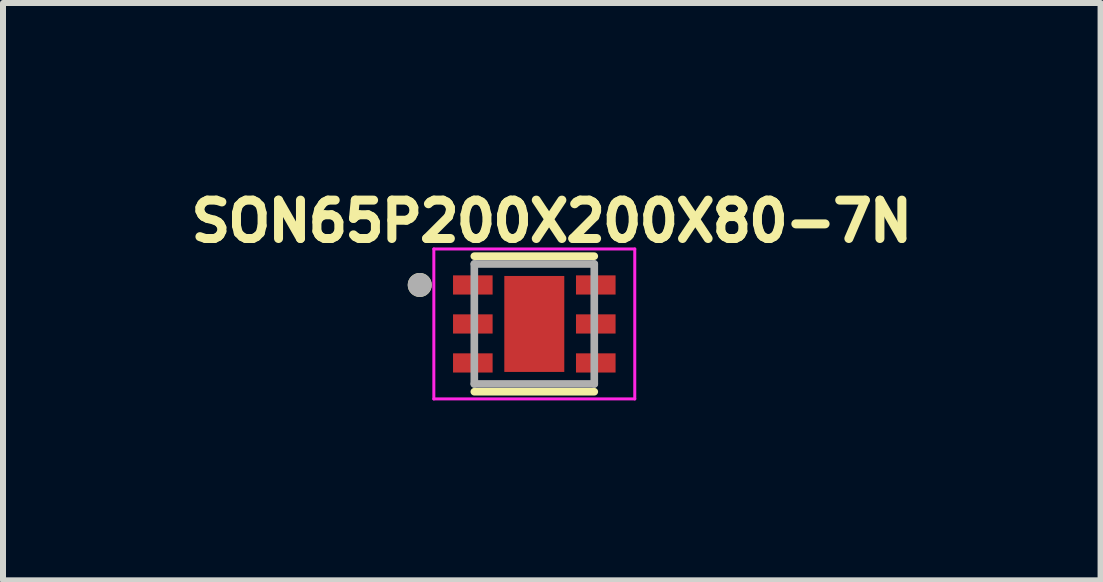
<source format=kicad_pcb>
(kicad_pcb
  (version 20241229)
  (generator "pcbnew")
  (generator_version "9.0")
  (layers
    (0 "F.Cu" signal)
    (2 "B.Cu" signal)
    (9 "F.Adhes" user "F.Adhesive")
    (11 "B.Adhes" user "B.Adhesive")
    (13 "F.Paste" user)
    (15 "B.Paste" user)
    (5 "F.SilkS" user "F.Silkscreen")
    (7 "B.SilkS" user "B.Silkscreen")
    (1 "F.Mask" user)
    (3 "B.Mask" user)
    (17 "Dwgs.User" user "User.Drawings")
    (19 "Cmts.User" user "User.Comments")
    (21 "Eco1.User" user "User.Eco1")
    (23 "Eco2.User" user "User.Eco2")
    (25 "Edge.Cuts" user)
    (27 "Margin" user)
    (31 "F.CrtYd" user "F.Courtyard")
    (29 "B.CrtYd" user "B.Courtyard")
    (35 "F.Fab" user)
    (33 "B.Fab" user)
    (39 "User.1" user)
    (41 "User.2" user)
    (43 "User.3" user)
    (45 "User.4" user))
  (footprint "SON65P200X200X80-7N"
    (layer "F.Cu")
    (at 5.858 2.351)
    (property "Reference" "SON65P200X200X80-7N" (at 0.292 -1.713 0) (layer "F.SilkS") (effects (font (size 0.64 0.64) (thickness 0.15))))
    (attr smd)
    (fp_line (start -1 -1.13) (end 1 -1.13) (stroke (width 0.127) (type solid)) (layer "F.SilkS"))
    (fp_line (start -1 1.13) (end 1 1.13) (stroke (width 0.127) (type solid)) (layer "F.SilkS"))
    (fp_circle (center -1.91 -0.65) (end -1.81 -0.65) (stroke (width 0.2) (type solid)) (fill no) (layer "F.SilkS"))
    (fp_poly (pts (xy -0.316 -0.506) (xy 0.316 -0.506) (xy 0.316 0.506) (xy -0.316 0.506)) (stroke (width 0.01) (type solid)) (fill yes) (layer "F.Paste"))
    (fp_line (start -1.675 -1.25) (end -1.675 1.25) (stroke (width 0.05) (type solid)) (layer "F.CrtYd"))
    (fp_line (start -1.675 -1.25) (end 1.675 -1.25) (stroke (width 0.05) (type solid)) (layer "F.CrtYd"))
    (fp_line (start -1.675 1.25) (end 1.675 1.25) (stroke (width 0.05) (type solid)) (layer "F.CrtYd"))
    (fp_line (start 1.675 -1.25) (end 1.675 1.25) (stroke (width 0.05) (type solid)) (layer "F.CrtYd"))
    (fp_line (start -1 -1) (end -1 1) (stroke (width 0.127) (type solid)) (layer "F.Fab"))
    (fp_line (start -1 -1) (end 1 -1) (stroke (width 0.127) (type solid)) (layer "F.Fab"))
    (fp_line (start -1 1) (end 1 1) (stroke (width 0.127) (type solid)) (layer "F.Fab"))
    (fp_line (start 1 -1) (end 1 1) (stroke (width 0.127) (type solid)) (layer "F.Fab"))
    (fp_circle (center -1.91 -0.65) (end -1.81 -0.65) (stroke (width 0.2) (type solid)) (fill no) (layer "F.Fab"))
    (pad "1" smd rect (at -1.025 -0.65) (size 0.66 0.32) (layers "F.Cu" "F.Mask" "F.Paste"))
    (pad "2" smd rect (at -1.025 0) (size 0.66 0.32) (layers "F.Cu" "F.Mask" "F.Paste"))
    (pad "3" smd rect (at -1.025 0.65) (size 0.66 0.32) (layers "F.Cu" "F.Mask" "F.Paste"))
    (pad "4" smd rect (at 1.025 0.65) (size 0.66 0.32) (layers "F.Cu" "F.Mask" "F.Paste"))
    (pad "5" smd rect (at 1.025 0) (size 0.66 0.32) (layers "F.Cu" "F.Mask" "F.Paste"))
    (pad "6" smd rect (at 1.025 -0.65) (size 0.66 0.32) (layers "F.Cu" "F.Mask" "F.Paste"))
    (pad "7" smd rect (at 0 0 90) (size 1.6 1) (layers "F.Cu" "F.Mask")))
  (gr_rect
    (start -3 -3)
    (end 15.299 6.626)
    (stroke (width 0.1) (type default))
    (fill no)
    (layer "Edge.Cuts")))
</source>
